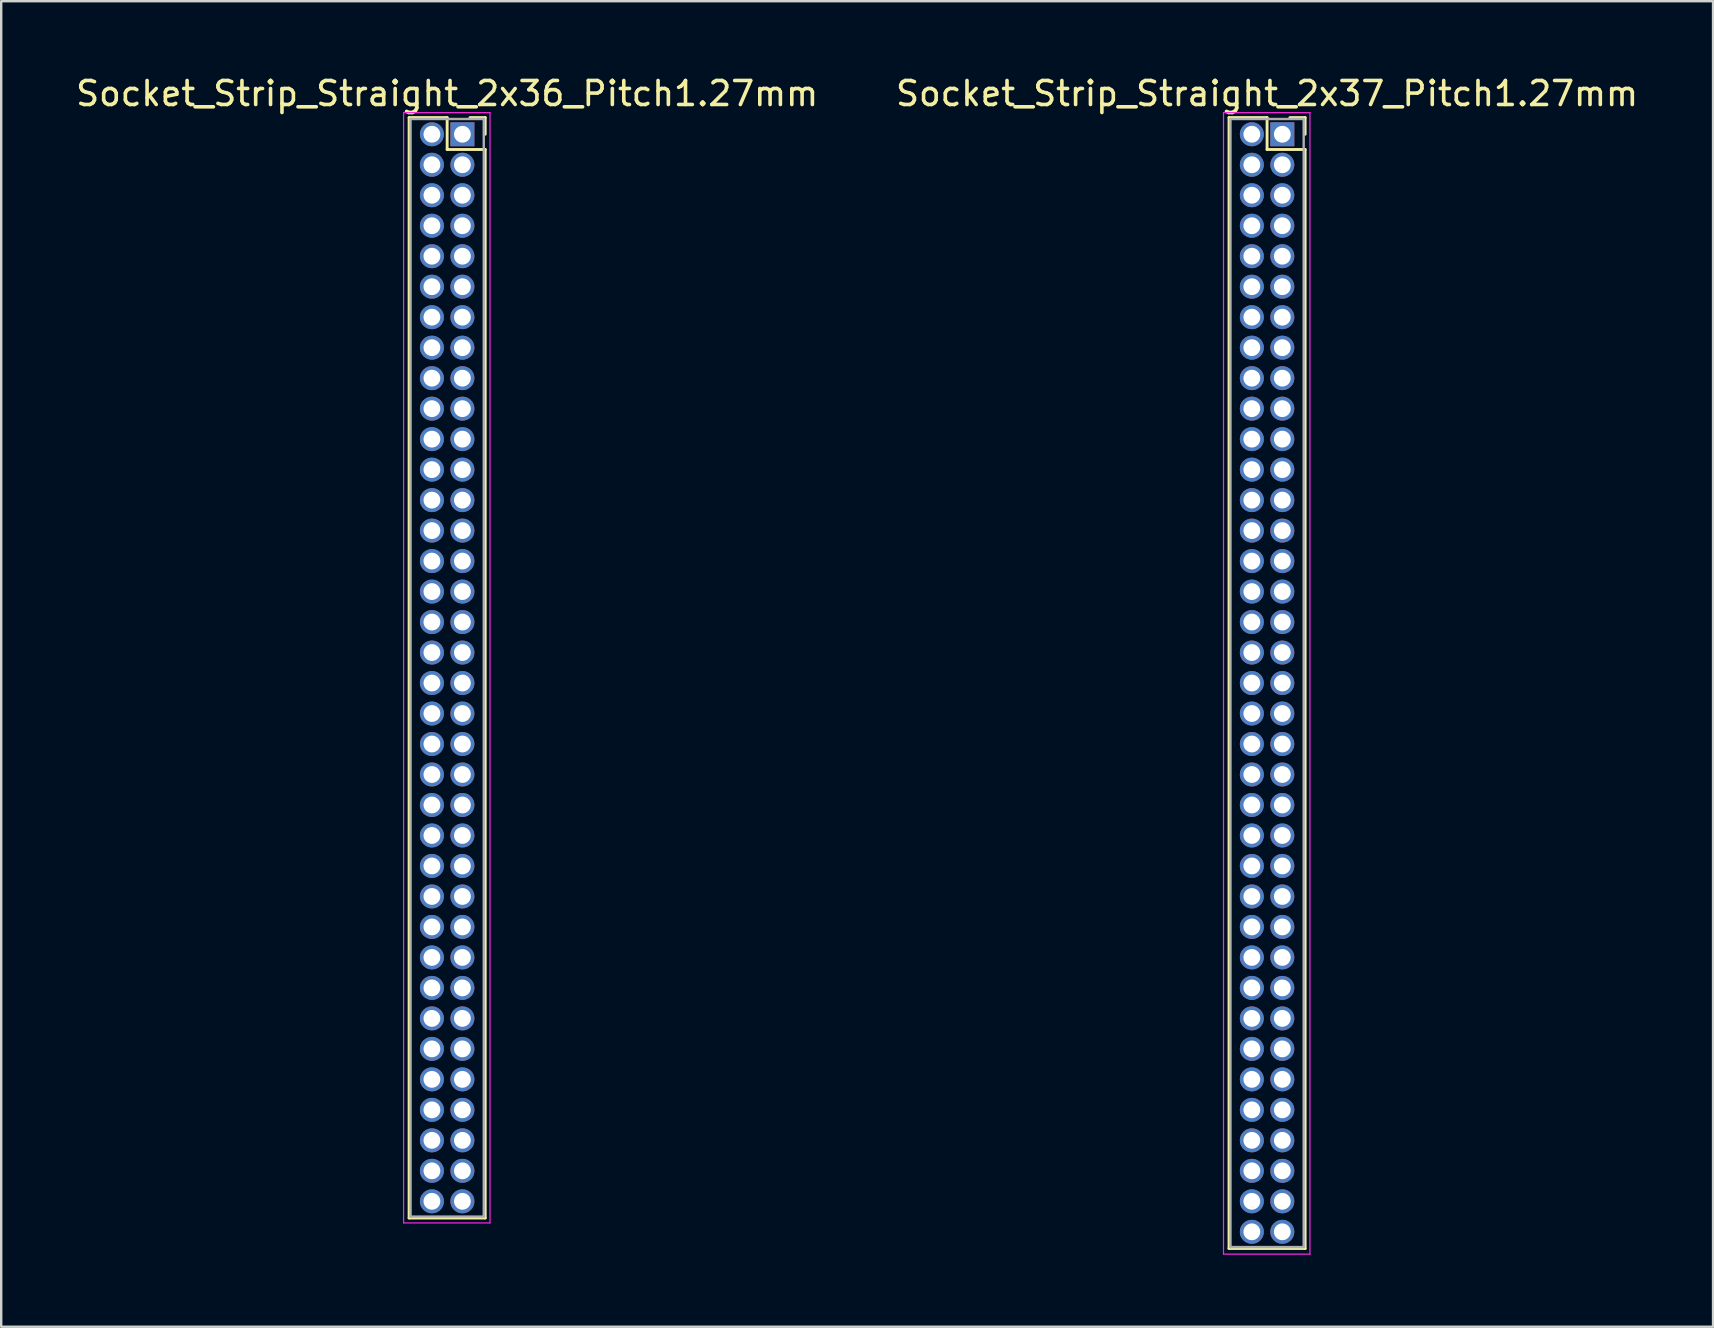
<source format=kicad_pcb>
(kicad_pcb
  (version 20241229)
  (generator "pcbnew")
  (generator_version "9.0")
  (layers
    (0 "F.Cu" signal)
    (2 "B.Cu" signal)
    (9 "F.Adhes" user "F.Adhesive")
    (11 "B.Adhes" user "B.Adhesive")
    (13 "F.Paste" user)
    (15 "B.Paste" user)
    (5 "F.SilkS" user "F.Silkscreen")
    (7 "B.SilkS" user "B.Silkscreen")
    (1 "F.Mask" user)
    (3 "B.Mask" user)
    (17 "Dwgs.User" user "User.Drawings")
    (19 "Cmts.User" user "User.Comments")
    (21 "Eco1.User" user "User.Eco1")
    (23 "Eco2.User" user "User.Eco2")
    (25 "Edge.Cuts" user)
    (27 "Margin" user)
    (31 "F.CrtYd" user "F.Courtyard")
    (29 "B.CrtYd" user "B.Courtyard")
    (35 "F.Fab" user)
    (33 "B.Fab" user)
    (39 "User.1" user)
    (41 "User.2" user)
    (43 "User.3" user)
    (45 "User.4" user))
  (footprint "Socket_Strip_Straight_2x37_Pitch1.27mm"
    (layer "F.Cu")
    (at 50.367 2.543)
    (property "Reference" "Socket_Strip_Straight_2x37_Pitch1.27mm" (at -0.635 -1.695 0) (layer "F.SilkS") (effects (font (size 1 1) (thickness 0.15))))
    (attr through_hole)
    (fp_line (start -2.22 -0.695) (end -0.635 -0.695) (stroke (width 0.12) (type solid)) (layer "F.SilkS"))
    (fp_line (start -2.22 46.415) (end -2.22 -0.695) (stroke (width 0.12) (type solid)) (layer "F.SilkS"))
    (fp_line (start -0.635 -0.695) (end -0.635 0.635) (stroke (width 0.12) (type solid)) (layer "F.SilkS"))
    (fp_line (start -0.635 0.635) (end 0.95 0.635) (stroke (width 0.12) (type solid)) (layer "F.SilkS"))
    (fp_line (start 0.95 -0.695) (end 0.315 -0.695) (stroke (width 0.12) (type solid)) (layer "F.SilkS"))
    (fp_line (start 0.95 0) (end 0.95 -0.695) (stroke (width 0.12) (type solid)) (layer "F.SilkS"))
    (fp_line (start 0.95 0.635) (end 0.95 46.415) (stroke (width 0.12) (type solid)) (layer "F.SilkS"))
    (fp_line (start 0.95 46.415) (end -2.22 46.415) (stroke (width 0.12) (type solid)) (layer "F.SilkS"))
    (fp_line (start -2.45 -0.9) (end -2.45 46.65) (stroke (width 0.05) (type solid)) (layer "F.CrtYd"))
    (fp_line (start -2.45 46.65) (end 1.15 46.65) (stroke (width 0.05) (type solid)) (layer "F.CrtYd"))
    (fp_line (start 1.15 -0.9) (end -2.45 -0.9) (stroke (width 0.05) (type solid)) (layer "F.CrtYd"))
    (fp_line (start 1.15 46.65) (end 1.15 -0.9) (stroke (width 0.05) (type solid)) (layer "F.CrtYd"))
    (fp_line (start -2.16 -0.635) (end -2.16 46.355) (stroke (width 0.1) (type solid)) (layer "F.Fab"))
    (fp_line (start -2.16 46.355) (end 0.89 46.355) (stroke (width 0.1) (type solid)) (layer "F.Fab"))
    (fp_line (start 0.89 -0.635) (end -2.16 -0.635) (stroke (width 0.1) (type solid)) (layer "F.Fab"))
    (fp_line (start 0.89 46.355) (end 0.89 -0.635) (stroke (width 0.1) (type solid)) (layer "F.Fab"))
    (pad "1" thru_hole rect (at 0 0) (size 1 1) (drill 0.7) (layers "*.Cu" "*.Mask"))
    (pad "2" thru_hole oval (at -1.27 0) (size 1 1) (drill 0.7) (layers "*.Cu" "*.Mask"))
    (pad "3" thru_hole oval (at 0 1.27) (size 1 1) (drill 0.7) (layers "*.Cu" "*.Mask"))
    (pad "4" thru_hole oval (at -1.27 1.27) (size 1 1) (drill 0.7) (layers "*.Cu" "*.Mask"))
    (pad "5" thru_hole oval (at 0 2.54) (size 1 1) (drill 0.7) (layers "*.Cu" "*.Mask"))
    (pad "6" thru_hole oval (at -1.27 2.54) (size 1 1) (drill 0.7) (layers "*.Cu" "*.Mask"))
    (pad "7" thru_hole oval (at 0 3.81) (size 1 1) (drill 0.7) (layers "*.Cu" "*.Mask"))
    (pad "8" thru_hole oval (at -1.27 3.81) (size 1 1) (drill 0.7) (layers "*.Cu" "*.Mask"))
    (pad "9" thru_hole oval (at 0 5.08) (size 1 1) (drill 0.7) (layers "*.Cu" "*.Mask"))
    (pad "10" thru_hole oval (at -1.27 5.08) (size 1 1) (drill 0.7) (layers "*.Cu" "*.Mask"))
    (pad "11" thru_hole oval (at 0 6.35) (size 1 1) (drill 0.7) (layers "*.Cu" "*.Mask"))
    (pad "12" thru_hole oval (at -1.27 6.35) (size 1 1) (drill 0.7) (layers "*.Cu" "*.Mask"))
    (pad "13" thru_hole oval (at 0 7.62) (size 1 1) (drill 0.7) (layers "*.Cu" "*.Mask"))
    (pad "14" thru_hole oval (at -1.27 7.62) (size 1 1) (drill 0.7) (layers "*.Cu" "*.Mask"))
    (pad "15" thru_hole oval (at 0 8.89) (size 1 1) (drill 0.7) (layers "*.Cu" "*.Mask"))
    (pad "16" thru_hole oval (at -1.27 8.89) (size 1 1) (drill 0.7) (layers "*.Cu" "*.Mask"))
    (pad "17" thru_hole oval (at 0 10.16) (size 1 1) (drill 0.7) (layers "*.Cu" "*.Mask"))
    (pad "18" thru_hole oval (at -1.27 10.16) (size 1 1) (drill 0.7) (layers "*.Cu" "*.Mask"))
    (pad "19" thru_hole oval (at 0 11.43) (size 1 1) (drill 0.7) (layers "*.Cu" "*.Mask"))
    (pad "20" thru_hole oval (at -1.27 11.43) (size 1 1) (drill 0.7) (layers "*.Cu" "*.Mask"))
    (pad "21" thru_hole oval (at 0 12.7) (size 1 1) (drill 0.7) (layers "*.Cu" "*.Mask"))
    (pad "22" thru_hole oval (at -1.27 12.7) (size 1 1) (drill 0.7) (layers "*.Cu" "*.Mask"))
    (pad "23" thru_hole oval (at 0 13.97) (size 1 1) (drill 0.7) (layers "*.Cu" "*.Mask"))
    (pad "24" thru_hole oval (at -1.27 13.97) (size 1 1) (drill 0.7) (layers "*.Cu" "*.Mask"))
    (pad "25" thru_hole oval (at 0 15.24) (size 1 1) (drill 0.7) (layers "*.Cu" "*.Mask"))
    (pad "26" thru_hole oval (at -1.27 15.24) (size 1 1) (drill 0.7) (layers "*.Cu" "*.Mask"))
    (pad "27" thru_hole oval (at 0 16.51) (size 1 1) (drill 0.7) (layers "*.Cu" "*.Mask"))
    (pad "28" thru_hole oval (at -1.27 16.51) (size 1 1) (drill 0.7) (layers "*.Cu" "*.Mask"))
    (pad "29" thru_hole oval (at 0 17.78) (size 1 1) (drill 0.7) (layers "*.Cu" "*.Mask"))
    (pad "30" thru_hole oval (at -1.27 17.78) (size 1 1) (drill 0.7) (layers "*.Cu" "*.Mask"))
    (pad "31" thru_hole oval (at 0 19.05) (size 1 1) (drill 0.7) (layers "*.Cu" "*.Mask"))
    (pad "32" thru_hole oval (at -1.27 19.05) (size 1 1) (drill 0.7) (layers "*.Cu" "*.Mask"))
    (pad "33" thru_hole oval (at 0 20.32) (size 1 1) (drill 0.7) (layers "*.Cu" "*.Mask"))
    (pad "34" thru_hole oval (at -1.27 20.32) (size 1 1) (drill 0.7) (layers "*.Cu" "*.Mask"))
    (pad "35" thru_hole oval (at 0 21.59) (size 1 1) (drill 0.7) (layers "*.Cu" "*.Mask"))
    (pad "36" thru_hole oval (at -1.27 21.59) (size 1 1) (drill 0.7) (layers "*.Cu" "*.Mask"))
    (pad "37" thru_hole oval (at 0 22.86) (size 1 1) (drill 0.7) (layers "*.Cu" "*.Mask"))
    (pad "38" thru_hole oval (at -1.27 22.86) (size 1 1) (drill 0.7) (layers "*.Cu" "*.Mask"))
    (pad "39" thru_hole oval (at 0 24.13) (size 1 1) (drill 0.7) (layers "*.Cu" "*.Mask"))
    (pad "40" thru_hole oval (at -1.27 24.13) (size 1 1) (drill 0.7) (layers "*.Cu" "*.Mask"))
    (pad "41" thru_hole oval (at 0 25.4) (size 1 1) (drill 0.7) (layers "*.Cu" "*.Mask"))
    (pad "42" thru_hole oval (at -1.27 25.4) (size 1 1) (drill 0.7) (layers "*.Cu" "*.Mask"))
    (pad "43" thru_hole oval (at 0 26.67) (size 1 1) (drill 0.7) (layers "*.Cu" "*.Mask"))
    (pad "44" thru_hole oval (at -1.27 26.67) (size 1 1) (drill 0.7) (layers "*.Cu" "*.Mask"))
    (pad "45" thru_hole oval (at 0 27.94) (size 1 1) (drill 0.7) (layers "*.Cu" "*.Mask"))
    (pad "46" thru_hole oval (at -1.27 27.94) (size 1 1) (drill 0.7) (layers "*.Cu" "*.Mask"))
    (pad "47" thru_hole oval (at 0 29.21) (size 1 1) (drill 0.7) (layers "*.Cu" "*.Mask"))
    (pad "48" thru_hole oval (at -1.27 29.21) (size 1 1) (drill 0.7) (layers "*.Cu" "*.Mask"))
    (pad "49" thru_hole oval (at 0 30.48) (size 1 1) (drill 0.7) (layers "*.Cu" "*.Mask"))
    (pad "50" thru_hole oval (at -1.27 30.48) (size 1 1) (drill 0.7) (layers "*.Cu" "*.Mask"))
    (pad "51" thru_hole oval (at 0 31.75) (size 1 1) (drill 0.7) (layers "*.Cu" "*.Mask"))
    (pad "52" thru_hole oval (at -1.27 31.75) (size 1 1) (drill 0.7) (layers "*.Cu" "*.Mask"))
    (pad "53" thru_hole oval (at 0 33.02) (size 1 1) (drill 0.7) (layers "*.Cu" "*.Mask"))
    (pad "54" thru_hole oval (at -1.27 33.02) (size 1 1) (drill 0.7) (layers "*.Cu" "*.Mask"))
    (pad "55" thru_hole oval (at 0 34.29) (size 1 1) (drill 0.7) (layers "*.Cu" "*.Mask"))
    (pad "56" thru_hole oval (at -1.27 34.29) (size 1 1) (drill 0.7) (layers "*.Cu" "*.Mask"))
    (pad "57" thru_hole oval (at 0 35.56) (size 1 1) (drill 0.7) (layers "*.Cu" "*.Mask"))
    (pad "58" thru_hole oval (at -1.27 35.56) (size 1 1) (drill 0.7) (layers "*.Cu" "*.Mask"))
    (pad "59" thru_hole oval (at 0 36.83) (size 1 1) (drill 0.7) (layers "*.Cu" "*.Mask"))
    (pad "60" thru_hole oval (at -1.27 36.83) (size 1 1) (drill 0.7) (layers "*.Cu" "*.Mask"))
    (pad "61" thru_hole oval (at 0 38.1) (size 1 1) (drill 0.7) (layers "*.Cu" "*.Mask"))
    (pad "62" thru_hole oval (at -1.27 38.1) (size 1 1) (drill 0.7) (layers "*.Cu" "*.Mask"))
    (pad "63" thru_hole oval (at 0 39.37) (size 1 1) (drill 0.7) (layers "*.Cu" "*.Mask"))
    (pad "64" thru_hole oval (at -1.27 39.37) (size 1 1) (drill 0.7) (layers "*.Cu" "*.Mask"))
    (pad "65" thru_hole oval (at 0 40.64) (size 1 1) (drill 0.7) (layers "*.Cu" "*.Mask"))
    (pad "66" thru_hole oval (at -1.27 40.64) (size 1 1) (drill 0.7) (layers "*.Cu" "*.Mask"))
    (pad "67" thru_hole oval (at 0 41.91) (size 1 1) (drill 0.7) (layers "*.Cu" "*.Mask"))
    (pad "68" thru_hole oval (at -1.27 41.91) (size 1 1) (drill 0.7) (layers "*.Cu" "*.Mask"))
    (pad "69" thru_hole oval (at 0 43.18) (size 1 1) (drill 0.7) (layers "*.Cu" "*.Mask"))
    (pad "70" thru_hole oval (at -1.27 43.18) (size 1 1) (drill 0.7) (layers "*.Cu" "*.Mask"))
    (pad "71" thru_hole oval (at 0 44.45) (size 1 1) (drill 0.7) (layers "*.Cu" "*.Mask"))
    (pad "72" thru_hole oval (at -1.27 44.45) (size 1 1) (drill 0.7) (layers "*.Cu" "*.Mask"))
    (pad "73" thru_hole oval (at 0 45.72) (size 1 1) (drill 0.7) (layers "*.Cu" "*.Mask"))
    (pad "74" thru_hole oval (at -1.27 45.72) (size 1 1) (drill 0.7) (layers "*.Cu" "*.Mask")))
  (footprint "Socket_Strip_Straight_2x36_Pitch1.27mm"
    (layer "F.Cu")
    (at 16.212 2.543)
    (property "Reference" "Socket_Strip_Straight_2x36_Pitch1.27mm" (at -0.635 -1.695 0) (layer "F.SilkS") (effects (font (size 1 1) (thickness 0.15))))
    (attr through_hole)
    (fp_line (start -2.22 -0.695) (end -0.635 -0.695) (stroke (width 0.12) (type solid)) (layer "F.SilkS"))
    (fp_line (start -2.22 45.145) (end -2.22 -0.695) (stroke (width 0.12) (type solid)) (layer "F.SilkS"))
    (fp_line (start -0.635 -0.695) (end -0.635 0.635) (stroke (width 0.12) (type solid)) (layer "F.SilkS"))
    (fp_line (start -0.635 0.635) (end 0.95 0.635) (stroke (width 0.12) (type solid)) (layer "F.SilkS"))
    (fp_line (start 0.95 -0.695) (end 0.315 -0.695) (stroke (width 0.12) (type solid)) (layer "F.SilkS"))
    (fp_line (start 0.95 0) (end 0.95 -0.695) (stroke (width 0.12) (type solid)) (layer "F.SilkS"))
    (fp_line (start 0.95 0.635) (end 0.95 45.145) (stroke (width 0.12) (type solid)) (layer "F.SilkS"))
    (fp_line (start 0.95 45.145) (end -2.22 45.145) (stroke (width 0.12) (type solid)) (layer "F.SilkS"))
    (fp_line (start -2.45 -0.9) (end -2.45 45.35) (stroke (width 0.05) (type solid)) (layer "F.CrtYd"))
    (fp_line (start -2.45 45.35) (end 1.15 45.35) (stroke (width 0.05) (type solid)) (layer "F.CrtYd"))
    (fp_line (start 1.15 -0.9) (end -2.45 -0.9) (stroke (width 0.05) (type solid)) (layer "F.CrtYd"))
    (fp_line (start 1.15 45.35) (end 1.15 -0.9) (stroke (width 0.05) (type solid)) (layer "F.CrtYd"))
    (fp_line (start -2.16 -0.635) (end -2.16 45.085) (stroke (width 0.1) (type solid)) (layer "F.Fab"))
    (fp_line (start -2.16 45.085) (end 0.89 45.085) (stroke (width 0.1) (type solid)) (layer "F.Fab"))
    (fp_line (start 0.89 -0.635) (end -2.16 -0.635) (stroke (width 0.1) (type solid)) (layer "F.Fab"))
    (fp_line (start 0.89 45.085) (end 0.89 -0.635) (stroke (width 0.1) (type solid)) (layer "F.Fab"))
    (pad "1" thru_hole rect (at 0 0) (size 1 1) (drill 0.7) (layers "*.Cu" "*.Mask"))
    (pad "2" thru_hole oval (at -1.27 0) (size 1 1) (drill 0.7) (layers "*.Cu" "*.Mask"))
    (pad "3" thru_hole oval (at 0 1.27) (size 1 1) (drill 0.7) (layers "*.Cu" "*.Mask"))
    (pad "4" thru_hole oval (at -1.27 1.27) (size 1 1) (drill 0.7) (layers "*.Cu" "*.Mask"))
    (pad "5" thru_hole oval (at 0 2.54) (size 1 1) (drill 0.7) (layers "*.Cu" "*.Mask"))
    (pad "6" thru_hole oval (at -1.27 2.54) (size 1 1) (drill 0.7) (layers "*.Cu" "*.Mask"))
    (pad "7" thru_hole oval (at 0 3.81) (size 1 1) (drill 0.7) (layers "*.Cu" "*.Mask"))
    (pad "8" thru_hole oval (at -1.27 3.81) (size 1 1) (drill 0.7) (layers "*.Cu" "*.Mask"))
    (pad "9" thru_hole oval (at 0 5.08) (size 1 1) (drill 0.7) (layers "*.Cu" "*.Mask"))
    (pad "10" thru_hole oval (at -1.27 5.08) (size 1 1) (drill 0.7) (layers "*.Cu" "*.Mask"))
    (pad "11" thru_hole oval (at 0 6.35) (size 1 1) (drill 0.7) (layers "*.Cu" "*.Mask"))
    (pad "12" thru_hole oval (at -1.27 6.35) (size 1 1) (drill 0.7) (layers "*.Cu" "*.Mask"))
    (pad "13" thru_hole oval (at 0 7.62) (size 1 1) (drill 0.7) (layers "*.Cu" "*.Mask"))
    (pad "14" thru_hole oval (at -1.27 7.62) (size 1 1) (drill 0.7) (layers "*.Cu" "*.Mask"))
    (pad "15" thru_hole oval (at 0 8.89) (size 1 1) (drill 0.7) (layers "*.Cu" "*.Mask"))
    (pad "16" thru_hole oval (at -1.27 8.89) (size 1 1) (drill 0.7) (layers "*.Cu" "*.Mask"))
    (pad "17" thru_hole oval (at 0 10.16) (size 1 1) (drill 0.7) (layers "*.Cu" "*.Mask"))
    (pad "18" thru_hole oval (at -1.27 10.16) (size 1 1) (drill 0.7) (layers "*.Cu" "*.Mask"))
    (pad "19" thru_hole oval (at 0 11.43) (size 1 1) (drill 0.7) (layers "*.Cu" "*.Mask"))
    (pad "20" thru_hole oval (at -1.27 11.43) (size 1 1) (drill 0.7) (layers "*.Cu" "*.Mask"))
    (pad "21" thru_hole oval (at 0 12.7) (size 1 1) (drill 0.7) (layers "*.Cu" "*.Mask"))
    (pad "22" thru_hole oval (at -1.27 12.7) (size 1 1) (drill 0.7) (layers "*.Cu" "*.Mask"))
    (pad "23" thru_hole oval (at 0 13.97) (size 1 1) (drill 0.7) (layers "*.Cu" "*.Mask"))
    (pad "24" thru_hole oval (at -1.27 13.97) (size 1 1) (drill 0.7) (layers "*.Cu" "*.Mask"))
    (pad "25" thru_hole oval (at 0 15.24) (size 1 1) (drill 0.7) (layers "*.Cu" "*.Mask"))
    (pad "26" thru_hole oval (at -1.27 15.24) (size 1 1) (drill 0.7) (layers "*.Cu" "*.Mask"))
    (pad "27" thru_hole oval (at 0 16.51) (size 1 1) (drill 0.7) (layers "*.Cu" "*.Mask"))
    (pad "28" thru_hole oval (at -1.27 16.51) (size 1 1) (drill 0.7) (layers "*.Cu" "*.Mask"))
    (pad "29" thru_hole oval (at 0 17.78) (size 1 1) (drill 0.7) (layers "*.Cu" "*.Mask"))
    (pad "30" thru_hole oval (at -1.27 17.78) (size 1 1) (drill 0.7) (layers "*.Cu" "*.Mask"))
    (pad "31" thru_hole oval (at 0 19.05) (size 1 1) (drill 0.7) (layers "*.Cu" "*.Mask"))
    (pad "32" thru_hole oval (at -1.27 19.05) (size 1 1) (drill 0.7) (layers "*.Cu" "*.Mask"))
    (pad "33" thru_hole oval (at 0 20.32) (size 1 1) (drill 0.7) (layers "*.Cu" "*.Mask"))
    (pad "34" thru_hole oval (at -1.27 20.32) (size 1 1) (drill 0.7) (layers "*.Cu" "*.Mask"))
    (pad "35" thru_hole oval (at 0 21.59) (size 1 1) (drill 0.7) (layers "*.Cu" "*.Mask"))
    (pad "36" thru_hole oval (at -1.27 21.59) (size 1 1) (drill 0.7) (layers "*.Cu" "*.Mask"))
    (pad "37" thru_hole oval (at 0 22.86) (size 1 1) (drill 0.7) (layers "*.Cu" "*.Mask"))
    (pad "38" thru_hole oval (at -1.27 22.86) (size 1 1) (drill 0.7) (layers "*.Cu" "*.Mask"))
    (pad "39" thru_hole oval (at 0 24.13) (size 1 1) (drill 0.7) (layers "*.Cu" "*.Mask"))
    (pad "40" thru_hole oval (at -1.27 24.13) (size 1 1) (drill 0.7) (layers "*.Cu" "*.Mask"))
    (pad "41" thru_hole oval (at 0 25.4) (size 1 1) (drill 0.7) (layers "*.Cu" "*.Mask"))
    (pad "42" thru_hole oval (at -1.27 25.4) (size 1 1) (drill 0.7) (layers "*.Cu" "*.Mask"))
    (pad "43" thru_hole oval (at 0 26.67) (size 1 1) (drill 0.7) (layers "*.Cu" "*.Mask"))
    (pad "44" thru_hole oval (at -1.27 26.67) (size 1 1) (drill 0.7) (layers "*.Cu" "*.Mask"))
    (pad "45" thru_hole oval (at 0 27.94) (size 1 1) (drill 0.7) (layers "*.Cu" "*.Mask"))
    (pad "46" thru_hole oval (at -1.27 27.94) (size 1 1) (drill 0.7) (layers "*.Cu" "*.Mask"))
    (pad "47" thru_hole oval (at 0 29.21) (size 1 1) (drill 0.7) (layers "*.Cu" "*.Mask"))
    (pad "48" thru_hole oval (at -1.27 29.21) (size 1 1) (drill 0.7) (layers "*.Cu" "*.Mask"))
    (pad "49" thru_hole oval (at 0 30.48) (size 1 1) (drill 0.7) (layers "*.Cu" "*.Mask"))
    (pad "50" thru_hole oval (at -1.27 30.48) (size 1 1) (drill 0.7) (layers "*.Cu" "*.Mask"))
    (pad "51" thru_hole oval (at 0 31.75) (size 1 1) (drill 0.7) (layers "*.Cu" "*.Mask"))
    (pad "52" thru_hole oval (at -1.27 31.75) (size 1 1) (drill 0.7) (layers "*.Cu" "*.Mask"))
    (pad "53" thru_hole oval (at 0 33.02) (size 1 1) (drill 0.7) (layers "*.Cu" "*.Mask"))
    (pad "54" thru_hole oval (at -1.27 33.02) (size 1 1) (drill 0.7) (layers "*.Cu" "*.Mask"))
    (pad "55" thru_hole oval (at 0 34.29) (size 1 1) (drill 0.7) (layers "*.Cu" "*.Mask"))
    (pad "56" thru_hole oval (at -1.27 34.29) (size 1 1) (drill 0.7) (layers "*.Cu" "*.Mask"))
    (pad "57" thru_hole oval (at 0 35.56) (size 1 1) (drill 0.7) (layers "*.Cu" "*.Mask"))
    (pad "58" thru_hole oval (at -1.27 35.56) (size 1 1) (drill 0.7) (layers "*.Cu" "*.Mask"))
    (pad "59" thru_hole oval (at 0 36.83) (size 1 1) (drill 0.7) (layers "*.Cu" "*.Mask"))
    (pad "60" thru_hole oval (at -1.27 36.83) (size 1 1) (drill 0.7) (layers "*.Cu" "*.Mask"))
    (pad "61" thru_hole oval (at 0 38.1) (size 1 1) (drill 0.7) (layers "*.Cu" "*.Mask"))
    (pad "62" thru_hole oval (at -1.27 38.1) (size 1 1) (drill 0.7) (layers "*.Cu" "*.Mask"))
    (pad "63" thru_hole oval (at 0 39.37) (size 1 1) (drill 0.7) (layers "*.Cu" "*.Mask"))
    (pad "64" thru_hole oval (at -1.27 39.37) (size 1 1) (drill 0.7) (layers "*.Cu" "*.Mask"))
    (pad "65" thru_hole oval (at 0 40.64) (size 1 1) (drill 0.7) (layers "*.Cu" "*.Mask"))
    (pad "66" thru_hole oval (at -1.27 40.64) (size 1 1) (drill 0.7) (layers "*.Cu" "*.Mask"))
    (pad "67" thru_hole oval (at 0 41.91) (size 1 1) (drill 0.7) (layers "*.Cu" "*.Mask"))
    (pad "68" thru_hole oval (at -1.27 41.91) (size 1 1) (drill 0.7) (layers "*.Cu" "*.Mask"))
    (pad "69" thru_hole oval (at 0 43.18) (size 1 1) (drill 0.7) (layers "*.Cu" "*.Mask"))
    (pad "70" thru_hole oval (at -1.27 43.18) (size 1 1) (drill 0.7) (layers "*.Cu" "*.Mask"))
    (pad "71" thru_hole oval (at 0 44.45) (size 1 1) (drill 0.7) (layers "*.Cu" "*.Mask"))
    (pad "72" thru_hole oval (at -1.27 44.45) (size 1 1) (drill 0.7) (layers "*.Cu" "*.Mask")))
  (gr_rect
    (start -3 -3)
    (end 68.31 52.218)
    (stroke (width 0.1) (type default))
    (fill no)
    (layer "Edge.Cuts")))
</source>
